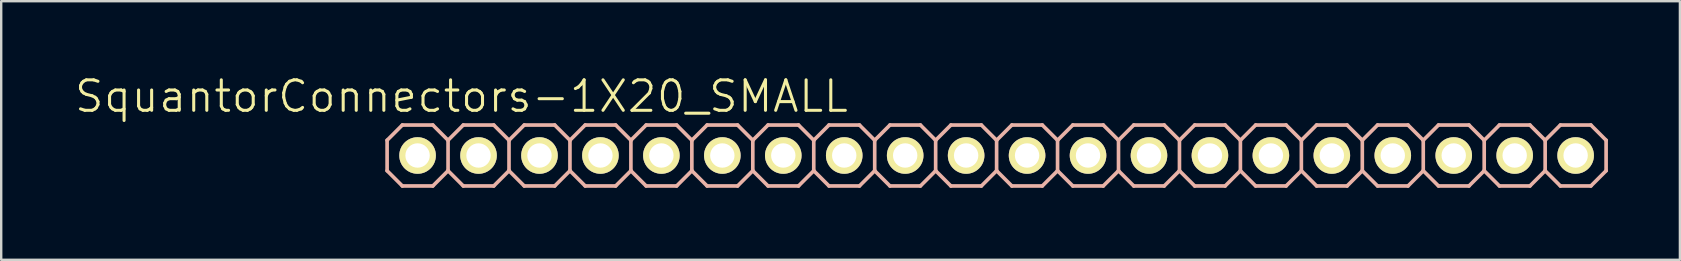
<source format=kicad_pcb>
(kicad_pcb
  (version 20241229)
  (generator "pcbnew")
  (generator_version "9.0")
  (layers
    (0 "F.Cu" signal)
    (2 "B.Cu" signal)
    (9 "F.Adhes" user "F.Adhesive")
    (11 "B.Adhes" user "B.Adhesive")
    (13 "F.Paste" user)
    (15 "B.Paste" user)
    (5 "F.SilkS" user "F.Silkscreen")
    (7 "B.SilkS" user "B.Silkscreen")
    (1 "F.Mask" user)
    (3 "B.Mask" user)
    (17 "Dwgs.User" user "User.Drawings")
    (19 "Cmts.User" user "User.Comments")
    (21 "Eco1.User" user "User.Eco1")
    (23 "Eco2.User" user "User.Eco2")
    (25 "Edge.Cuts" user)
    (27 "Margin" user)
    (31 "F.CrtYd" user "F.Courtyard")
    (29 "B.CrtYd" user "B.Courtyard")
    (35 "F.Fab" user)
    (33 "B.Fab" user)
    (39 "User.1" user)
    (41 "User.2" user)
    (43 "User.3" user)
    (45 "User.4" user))
  (footprint "SquantorConnectors-1X20_SMALL"
    (layer "F.Cu")
    (at 38.482 3.43)
    (property "Reference" "SquantorConnectors-1X20_SMALL" (at -22.301 -2.464 0) (layer "F.SilkS") (effects (font (size 1.27 1.27) (thickness 0.127))))
    (attr exclude_from_pos_files exclude_from_bom)
    (fp_line (start -24.384 -0.254) (end -23.876 -0.254) (stroke (width 0.066) (type solid)) (layer "F.SilkS"))
    (fp_line (start -24.384 0.254) (end -24.384 -0.254) (stroke (width 0.066) (type solid)) (layer "F.SilkS"))
    (fp_line (start -24.384 0.254) (end -23.876 0.254) (stroke (width 0.066) (type solid)) (layer "F.SilkS"))
    (fp_line (start -23.876 0.254) (end -23.876 -0.254) (stroke (width 0.066) (type solid)) (layer "F.SilkS"))
    (fp_line (start -21.844 -0.254) (end -21.336 -0.254) (stroke (width 0.066) (type solid)) (layer "F.SilkS"))
    (fp_line (start -21.844 0.254) (end -21.844 -0.254) (stroke (width 0.066) (type solid)) (layer "F.SilkS"))
    (fp_line (start -21.844 0.254) (end -21.336 0.254) (stroke (width 0.066) (type solid)) (layer "F.SilkS"))
    (fp_line (start -21.336 0.254) (end -21.336 -0.254) (stroke (width 0.066) (type solid)) (layer "F.SilkS"))
    (fp_line (start -19.304 -0.254) (end -18.796 -0.254) (stroke (width 0.066) (type solid)) (layer "F.SilkS"))
    (fp_line (start -19.304 0.254) (end -19.304 -0.254) (stroke (width 0.066) (type solid)) (layer "F.SilkS"))
    (fp_line (start -19.304 0.254) (end -18.796 0.254) (stroke (width 0.066) (type solid)) (layer "F.SilkS"))
    (fp_line (start -18.796 0.254) (end -18.796 -0.254) (stroke (width 0.066) (type solid)) (layer "F.SilkS"))
    (fp_line (start -16.764 -0.254) (end -16.256 -0.254) (stroke (width 0.066) (type solid)) (layer "F.SilkS"))
    (fp_line (start -16.764 0.254) (end -16.764 -0.254) (stroke (width 0.066) (type solid)) (layer "F.SilkS"))
    (fp_line (start -16.764 0.254) (end -16.256 0.254) (stroke (width 0.066) (type solid)) (layer "F.SilkS"))
    (fp_line (start -16.256 0.254) (end -16.256 -0.254) (stroke (width 0.066) (type solid)) (layer "F.SilkS"))
    (fp_line (start -14.224 -0.254) (end -13.716 -0.254) (stroke (width 0.066) (type solid)) (layer "F.SilkS"))
    (fp_line (start -14.224 0.254) (end -14.224 -0.254) (stroke (width 0.066) (type solid)) (layer "F.SilkS"))
    (fp_line (start -14.224 0.254) (end -13.716 0.254) (stroke (width 0.066) (type solid)) (layer "F.SilkS"))
    (fp_line (start -13.716 0.254) (end -13.716 -0.254) (stroke (width 0.066) (type solid)) (layer "F.SilkS"))
    (fp_line (start -11.684 -0.254) (end -11.176 -0.254) (stroke (width 0.066) (type solid)) (layer "F.SilkS"))
    (fp_line (start -11.684 0.254) (end -11.684 -0.254) (stroke (width 0.066) (type solid)) (layer "F.SilkS"))
    (fp_line (start -11.684 0.254) (end -11.176 0.254) (stroke (width 0.066) (type solid)) (layer "F.SilkS"))
    (fp_line (start -11.176 0.254) (end -11.176 -0.254) (stroke (width 0.066) (type solid)) (layer "F.SilkS"))
    (fp_line (start -9.144 -0.254) (end -8.636 -0.254) (stroke (width 0.066) (type solid)) (layer "F.SilkS"))
    (fp_line (start -9.144 0.254) (end -9.144 -0.254) (stroke (width 0.066) (type solid)) (layer "F.SilkS"))
    (fp_line (start -9.144 0.254) (end -8.636 0.254) (stroke (width 0.066) (type solid)) (layer "F.SilkS"))
    (fp_line (start -8.636 0.254) (end -8.636 -0.254) (stroke (width 0.066) (type solid)) (layer "F.SilkS"))
    (fp_line (start -6.604 -0.254) (end -6.096 -0.254) (stroke (width 0.066) (type solid)) (layer "F.SilkS"))
    (fp_line (start -6.604 0.254) (end -6.604 -0.254) (stroke (width 0.066) (type solid)) (layer "F.SilkS"))
    (fp_line (start -6.604 0.254) (end -6.096 0.254) (stroke (width 0.066) (type solid)) (layer "F.SilkS"))
    (fp_line (start -6.096 0.254) (end -6.096 -0.254) (stroke (width 0.066) (type solid)) (layer "F.SilkS"))
    (fp_line (start -4.064 -0.254) (end -3.556 -0.254) (stroke (width 0.066) (type solid)) (layer "F.SilkS"))
    (fp_line (start -4.064 0.254) (end -4.064 -0.254) (stroke (width 0.066) (type solid)) (layer "F.SilkS"))
    (fp_line (start -4.064 0.254) (end -3.556 0.254) (stroke (width 0.066) (type solid)) (layer "F.SilkS"))
    (fp_line (start -3.556 0.254) (end -3.556 -0.254) (stroke (width 0.066) (type solid)) (layer "F.SilkS"))
    (fp_line (start -1.524 -0.254) (end -1.016 -0.254) (stroke (width 0.066) (type solid)) (layer "F.SilkS"))
    (fp_line (start -1.524 0.254) (end -1.524 -0.254) (stroke (width 0.066) (type solid)) (layer "F.SilkS"))
    (fp_line (start -1.524 0.254) (end -1.016 0.254) (stroke (width 0.066) (type solid)) (layer "F.SilkS"))
    (fp_line (start -1.016 0.254) (end -1.016 -0.254) (stroke (width 0.066) (type solid)) (layer "F.SilkS"))
    (fp_line (start 1.016 -0.254) (end 1.524 -0.254) (stroke (width 0.066) (type solid)) (layer "F.SilkS"))
    (fp_line (start 1.016 0.254) (end 1.016 -0.254) (stroke (width 0.066) (type solid)) (layer "F.SilkS"))
    (fp_line (start 1.016 0.254) (end 1.524 0.254) (stroke (width 0.066) (type solid)) (layer "F.SilkS"))
    (fp_line (start 1.524 0.254) (end 1.524 -0.254) (stroke (width 0.066) (type solid)) (layer "F.SilkS"))
    (fp_line (start 3.556 -0.254) (end 4.064 -0.254) (stroke (width 0.066) (type solid)) (layer "F.SilkS"))
    (fp_line (start 3.556 0.254) (end 3.556 -0.254) (stroke (width 0.066) (type solid)) (layer "F.SilkS"))
    (fp_line (start 3.556 0.254) (end 4.064 0.254) (stroke (width 0.066) (type solid)) (layer "F.SilkS"))
    (fp_line (start 4.064 0.254) (end 4.064 -0.254) (stroke (width 0.066) (type solid)) (layer "F.SilkS"))
    (fp_line (start 6.096 -0.254) (end 6.604 -0.254) (stroke (width 0.066) (type solid)) (layer "F.SilkS"))
    (fp_line (start 6.096 0.254) (end 6.096 -0.254) (stroke (width 0.066) (type solid)) (layer "F.SilkS"))
    (fp_line (start 6.096 0.254) (end 6.604 0.254) (stroke (width 0.066) (type solid)) (layer "F.SilkS"))
    (fp_line (start 6.604 0.254) (end 6.604 -0.254) (stroke (width 0.066) (type solid)) (layer "F.SilkS"))
    (fp_line (start 8.636 -0.254) (end 9.144 -0.254) (stroke (width 0.066) (type solid)) (layer "F.SilkS"))
    (fp_line (start 8.636 0.254) (end 8.636 -0.254) (stroke (width 0.066) (type solid)) (layer "F.SilkS"))
    (fp_line (start 8.636 0.254) (end 9.144 0.254) (stroke (width 0.066) (type solid)) (layer "F.SilkS"))
    (fp_line (start 9.144 0.254) (end 9.144 -0.254) (stroke (width 0.066) (type solid)) (layer "F.SilkS"))
    (fp_line (start 11.176 -0.254) (end 11.684 -0.254) (stroke (width 0.066) (type solid)) (layer "F.SilkS"))
    (fp_line (start 11.176 0.254) (end 11.176 -0.254) (stroke (width 0.066) (type solid)) (layer "F.SilkS"))
    (fp_line (start 11.176 0.254) (end 11.684 0.254) (stroke (width 0.066) (type solid)) (layer "F.SilkS"))
    (fp_line (start 11.684 0.254) (end 11.684 -0.254) (stroke (width 0.066) (type solid)) (layer "F.SilkS"))
    (fp_line (start 13.716 -0.254) (end 14.224 -0.254) (stroke (width 0.066) (type solid)) (layer "F.SilkS"))
    (fp_line (start 13.716 0.254) (end 13.716 -0.254) (stroke (width 0.066) (type solid)) (layer "F.SilkS"))
    (fp_line (start 13.716 0.254) (end 14.224 0.254) (stroke (width 0.066) (type solid)) (layer "F.SilkS"))
    (fp_line (start 14.224 0.254) (end 14.224 -0.254) (stroke (width 0.066) (type solid)) (layer "F.SilkS"))
    (fp_line (start 16.256 -0.254) (end 16.764 -0.254) (stroke (width 0.066) (type solid)) (layer "F.SilkS"))
    (fp_line (start 16.256 0.254) (end 16.256 -0.254) (stroke (width 0.066) (type solid)) (layer "F.SilkS"))
    (fp_line (start 16.256 0.254) (end 16.764 0.254) (stroke (width 0.066) (type solid)) (layer "F.SilkS"))
    (fp_line (start 16.764 0.254) (end 16.764 -0.254) (stroke (width 0.066) (type solid)) (layer "F.SilkS"))
    (fp_line (start 18.796 -0.254) (end 19.304 -0.254) (stroke (width 0.066) (type solid)) (layer "F.SilkS"))
    (fp_line (start 18.796 0.254) (end 18.796 -0.254) (stroke (width 0.066) (type solid)) (layer "F.SilkS"))
    (fp_line (start 18.796 0.254) (end 19.304 0.254) (stroke (width 0.066) (type solid)) (layer "F.SilkS"))
    (fp_line (start 19.304 0.254) (end 19.304 -0.254) (stroke (width 0.066) (type solid)) (layer "F.SilkS"))
    (fp_line (start 21.336 -0.254) (end 21.844 -0.254) (stroke (width 0.066) (type solid)) (layer "F.SilkS"))
    (fp_line (start 21.336 0.254) (end 21.336 -0.254) (stroke (width 0.066) (type solid)) (layer "F.SilkS"))
    (fp_line (start 21.336 0.254) (end 21.844 0.254) (stroke (width 0.066) (type solid)) (layer "F.SilkS"))
    (fp_line (start 21.844 0.254) (end 21.844 -0.254) (stroke (width 0.066) (type solid)) (layer "F.SilkS"))
    (fp_line (start 23.876 -0.254) (end 24.384 -0.254) (stroke (width 0.066) (type solid)) (layer "F.SilkS"))
    (fp_line (start 23.876 0.254) (end 23.876 -0.254) (stroke (width 0.066) (type solid)) (layer "F.SilkS"))
    (fp_line (start 23.876 0.254) (end 24.384 0.254) (stroke (width 0.066) (type solid)) (layer "F.SilkS"))
    (fp_line (start 24.384 0.254) (end 24.384 -0.254) (stroke (width 0.066) (type solid)) (layer "F.SilkS"))
    (fp_line (start -25.4 -0.635) (end -25.4 0.635) (stroke (width 0.152) (type solid)) (layer "B.SilkS"))
    (fp_line (start -25.4 0.635) (end -24.765 1.27) (stroke (width 0.152) (type solid)) (layer "B.SilkS"))
    (fp_line (start -24.765 -1.27) (end -25.4 -0.635) (stroke (width 0.152) (type solid)) (layer "B.SilkS"))
    (fp_line (start -24.765 -1.27) (end -23.495 -1.27) (stroke (width 0.152) (type solid)) (layer "B.SilkS"))
    (fp_line (start -23.495 -1.27) (end -22.86 -0.635) (stroke (width 0.152) (type solid)) (layer "B.SilkS"))
    (fp_line (start -23.495 1.27) (end -24.765 1.27) (stroke (width 0.152) (type solid)) (layer "B.SilkS"))
    (fp_line (start -22.86 -0.635) (end -22.86 0.635) (stroke (width 0.152) (type solid)) (layer "B.SilkS"))
    (fp_line (start -22.86 -0.635) (end -22.225 -1.27) (stroke (width 0.152) (type solid)) (layer "B.SilkS"))
    (fp_line (start -22.86 0.635) (end -23.495 1.27) (stroke (width 0.152) (type solid)) (layer "B.SilkS"))
    (fp_line (start -22.225 -1.27) (end -20.955 -1.27) (stroke (width 0.152) (type solid)) (layer "B.SilkS"))
    (fp_line (start -22.225 1.27) (end -22.86 0.635) (stroke (width 0.152) (type solid)) (layer "B.SilkS"))
    (fp_line (start -20.955 -1.27) (end -20.32 -0.635) (stroke (width 0.152) (type solid)) (layer "B.SilkS"))
    (fp_line (start -20.955 1.27) (end -22.225 1.27) (stroke (width 0.152) (type solid)) (layer "B.SilkS"))
    (fp_line (start -20.32 -0.635) (end -20.32 0.635) (stroke (width 0.152) (type solid)) (layer "B.SilkS"))
    (fp_line (start -20.32 -0.635) (end -19.685 -1.27) (stroke (width 0.152) (type solid)) (layer "B.SilkS"))
    (fp_line (start -20.32 0.635) (end -20.955 1.27) (stroke (width 0.152) (type solid)) (layer "B.SilkS"))
    (fp_line (start -19.685 -1.27) (end -18.415 -1.27) (stroke (width 0.152) (type solid)) (layer "B.SilkS"))
    (fp_line (start -19.685 1.27) (end -20.32 0.635) (stroke (width 0.152) (type solid)) (layer "B.SilkS"))
    (fp_line (start -18.415 -1.27) (end -17.78 -0.635) (stroke (width 0.152) (type solid)) (layer "B.SilkS"))
    (fp_line (start -18.415 1.27) (end -19.685 1.27) (stroke (width 0.152) (type solid)) (layer "B.SilkS"))
    (fp_line (start -17.78 -0.635) (end -17.78 0.635) (stroke (width 0.152) (type solid)) (layer "B.SilkS"))
    (fp_line (start -17.78 0.635) (end -18.415 1.27) (stroke (width 0.152) (type solid)) (layer "B.SilkS"))
    (fp_line (start -17.78 0.635) (end -17.145 1.27) (stroke (width 0.152) (type solid)) (layer "B.SilkS"))
    (fp_line (start -17.145 -1.27) (end -17.78 -0.635) (stroke (width 0.152) (type solid)) (layer "B.SilkS"))
    (fp_line (start -17.145 -1.27) (end -15.875 -1.27) (stroke (width 0.152) (type solid)) (layer "B.SilkS"))
    (fp_line (start -15.875 -1.27) (end -15.24 -0.635) (stroke (width 0.152) (type solid)) (layer "B.SilkS"))
    (fp_line (start -15.875 1.27) (end -17.145 1.27) (stroke (width 0.152) (type solid)) (layer "B.SilkS"))
    (fp_line (start -15.24 -0.635) (end -15.24 0.635) (stroke (width 0.152) (type solid)) (layer "B.SilkS"))
    (fp_line (start -15.24 -0.635) (end -14.605 -1.27) (stroke (width 0.152) (type solid)) (layer "B.SilkS"))
    (fp_line (start -15.24 0.635) (end -15.875 1.27) (stroke (width 0.152) (type solid)) (layer "B.SilkS"))
    (fp_line (start -14.605 -1.27) (end -13.335 -1.27) (stroke (width 0.152) (type solid)) (layer "B.SilkS"))
    (fp_line (start -14.605 1.27) (end -15.24 0.635) (stroke (width 0.152) (type solid)) (layer "B.SilkS"))
    (fp_line (start -13.335 -1.27) (end -12.7 -0.635) (stroke (width 0.152) (type solid)) (layer "B.SilkS"))
    (fp_line (start -13.335 1.27) (end -14.605 1.27) (stroke (width 0.152) (type solid)) (layer "B.SilkS"))
    (fp_line (start -12.7 -0.635) (end -12.7 0.635) (stroke (width 0.152) (type solid)) (layer "B.SilkS"))
    (fp_line (start -12.7 -0.635) (end -12.065 -1.27) (stroke (width 0.152) (type solid)) (layer "B.SilkS"))
    (fp_line (start -12.7 0.635) (end -13.335 1.27) (stroke (width 0.152) (type solid)) (layer "B.SilkS"))
    (fp_line (start -12.065 -1.27) (end -10.795 -1.27) (stroke (width 0.152) (type solid)) (layer "B.SilkS"))
    (fp_line (start -12.065 1.27) (end -12.7 0.635) (stroke (width 0.152) (type solid)) (layer "B.SilkS"))
    (fp_line (start -10.795 -1.27) (end -10.16 -0.635) (stroke (width 0.152) (type solid)) (layer "B.SilkS"))
    (fp_line (start -10.795 1.27) (end -12.065 1.27) (stroke (width 0.152) (type solid)) (layer "B.SilkS"))
    (fp_line (start -10.16 -0.635) (end -10.16 0.635) (stroke (width 0.152) (type solid)) (layer "B.SilkS"))
    (fp_line (start -10.16 0.635) (end -10.795 1.27) (stroke (width 0.152) (type solid)) (layer "B.SilkS"))
    (fp_line (start -10.16 0.635) (end -9.525 1.27) (stroke (width 0.152) (type solid)) (layer "B.SilkS"))
    (fp_line (start -9.525 -1.27) (end -10.16 -0.635) (stroke (width 0.152) (type solid)) (layer "B.SilkS"))
    (fp_line (start -9.525 -1.27) (end -8.255 -1.27) (stroke (width 0.152) (type solid)) (layer "B.SilkS"))
    (fp_line (start -8.255 -1.27) (end -7.62 -0.635) (stroke (width 0.152) (type solid)) (layer "B.SilkS"))
    (fp_line (start -8.255 1.27) (end -9.525 1.27) (stroke (width 0.152) (type solid)) (layer "B.SilkS"))
    (fp_line (start -7.62 -0.635) (end -7.62 0.635) (stroke (width 0.152) (type solid)) (layer "B.SilkS"))
    (fp_line (start -7.62 -0.635) (end -6.985 -1.27) (stroke (width 0.152) (type solid)) (layer "B.SilkS"))
    (fp_line (start -7.62 0.635) (end -8.255 1.27) (stroke (width 0.152) (type solid)) (layer "B.SilkS"))
    (fp_line (start -6.985 -1.27) (end -5.715 -1.27) (stroke (width 0.152) (type solid)) (layer "B.SilkS"))
    (fp_line (start -6.985 1.27) (end -7.62 0.635) (stroke (width 0.152) (type solid)) (layer "B.SilkS"))
    (fp_line (start -5.715 -1.27) (end -5.08 -0.635) (stroke (width 0.152) (type solid)) (layer "B.SilkS"))
    (fp_line (start -5.715 1.27) (end -6.985 1.27) (stroke (width 0.152) (type solid)) (layer "B.SilkS"))
    (fp_line (start -5.08 -0.635) (end -5.08 0.635) (stroke (width 0.152) (type solid)) (layer "B.SilkS"))
    (fp_line (start -5.08 -0.635) (end -4.445 -1.27) (stroke (width 0.152) (type solid)) (layer "B.SilkS"))
    (fp_line (start -5.08 0.635) (end -5.715 1.27) (stroke (width 0.152) (type solid)) (layer "B.SilkS"))
    (fp_line (start -4.445 -1.27) (end -3.175 -1.27) (stroke (width 0.152) (type solid)) (layer "B.SilkS"))
    (fp_line (start -4.445 1.27) (end -5.08 0.635) (stroke (width 0.152) (type solid)) (layer "B.SilkS"))
    (fp_line (start -3.175 -1.27) (end -2.54 -0.635) (stroke (width 0.152) (type solid)) (layer "B.SilkS"))
    (fp_line (start -3.175 1.27) (end -4.445 1.27) (stroke (width 0.152) (type solid)) (layer "B.SilkS"))
    (fp_line (start -2.54 -0.635) (end -2.54 0.635) (stroke (width 0.152) (type solid)) (layer "B.SilkS"))
    (fp_line (start -2.54 0.635) (end -3.175 1.27) (stroke (width 0.152) (type solid)) (layer "B.SilkS"))
    (fp_line (start -2.54 0.635) (end -1.905 1.27) (stroke (width 0.152) (type solid)) (layer "B.SilkS"))
    (fp_line (start -1.905 -1.27) (end -2.54 -0.635) (stroke (width 0.152) (type solid)) (layer "B.SilkS"))
    (fp_line (start -1.905 -1.27) (end -0.635 -1.27) (stroke (width 0.152) (type solid)) (layer "B.SilkS"))
    (fp_line (start -0.635 -1.27) (end 0 -0.635) (stroke (width 0.152) (type solid)) (layer "B.SilkS"))
    (fp_line (start -0.635 1.27) (end -1.905 1.27) (stroke (width 0.152) (type solid)) (layer "B.SilkS"))
    (fp_line (start 0 -0.635) (end 0 0.635) (stroke (width 0.152) (type solid)) (layer "B.SilkS"))
    (fp_line (start 0 -0.635) (end 0.635 -1.27) (stroke (width 0.152) (type solid)) (layer "B.SilkS"))
    (fp_line (start 0 0.635) (end -0.635 1.27) (stroke (width 0.152) (type solid)) (layer "B.SilkS"))
    (fp_line (start 0.635 -1.27) (end 1.905 -1.27) (stroke (width 0.152) (type solid)) (layer "B.SilkS"))
    (fp_line (start 0.635 1.27) (end 0 0.635) (stroke (width 0.152) (type solid)) (layer "B.SilkS"))
    (fp_line (start 1.905 -1.27) (end 2.54 -0.635) (stroke (width 0.152) (type solid)) (layer "B.SilkS"))
    (fp_line (start 1.905 1.27) (end 0.635 1.27) (stroke (width 0.152) (type solid)) (layer "B.SilkS"))
    (fp_line (start 2.54 -0.635) (end 2.54 0.635) (stroke (width 0.152) (type solid)) (layer "B.SilkS"))
    (fp_line (start 2.54 -0.635) (end 3.175 -1.27) (stroke (width 0.152) (type solid)) (layer "B.SilkS"))
    (fp_line (start 2.54 0.635) (end 1.905 1.27) (stroke (width 0.152) (type solid)) (layer "B.SilkS"))
    (fp_line (start 3.175 -1.27) (end 4.445 -1.27) (stroke (width 0.152) (type solid)) (layer "B.SilkS"))
    (fp_line (start 3.175 1.27) (end 2.54 0.635) (stroke (width 0.152) (type solid)) (layer "B.SilkS"))
    (fp_line (start 4.445 -1.27) (end 5.08 -0.635) (stroke (width 0.152) (type solid)) (layer "B.SilkS"))
    (fp_line (start 4.445 1.27) (end 3.175 1.27) (stroke (width 0.152) (type solid)) (layer "B.SilkS"))
    (fp_line (start 5.08 -0.635) (end 5.08 0.635) (stroke (width 0.152) (type solid)) (layer "B.SilkS"))
    (fp_line (start 5.08 0.635) (end 4.445 1.27) (stroke (width 0.152) (type solid)) (layer "B.SilkS"))
    (fp_line (start 5.08 0.635) (end 5.715 1.27) (stroke (width 0.152) (type solid)) (layer "B.SilkS"))
    (fp_line (start 5.715 -1.27) (end 5.08 -0.635) (stroke (width 0.152) (type solid)) (layer "B.SilkS"))
    (fp_line (start 5.715 -1.27) (end 6.985 -1.27) (stroke (width 0.152) (type solid)) (layer "B.SilkS"))
    (fp_line (start 6.985 -1.27) (end 7.62 -0.635) (stroke (width 0.152) (type solid)) (layer "B.SilkS"))
    (fp_line (start 6.985 1.27) (end 5.715 1.27) (stroke (width 0.152) (type solid)) (layer "B.SilkS"))
    (fp_line (start 7.62 -0.635) (end 7.62 0.635) (stroke (width 0.152) (type solid)) (layer "B.SilkS"))
    (fp_line (start 7.62 -0.635) (end 8.255 -1.27) (stroke (width 0.152) (type solid)) (layer "B.SilkS"))
    (fp_line (start 7.62 0.635) (end 6.985 1.27) (stroke (width 0.152) (type solid)) (layer "B.SilkS"))
    (fp_line (start 8.255 -1.27) (end 9.525 -1.27) (stroke (width 0.152) (type solid)) (layer "B.SilkS"))
    (fp_line (start 8.255 1.27) (end 7.62 0.635) (stroke (width 0.152) (type solid)) (layer "B.SilkS"))
    (fp_line (start 9.525 -1.27) (end 10.16 -0.635) (stroke (width 0.152) (type solid)) (layer "B.SilkS"))
    (fp_line (start 9.525 1.27) (end 8.255 1.27) (stroke (width 0.152) (type solid)) (layer "B.SilkS"))
    (fp_line (start 10.16 -0.635) (end 10.16 0.635) (stroke (width 0.152) (type solid)) (layer "B.SilkS"))
    (fp_line (start 10.16 -0.635) (end 10.795 -1.27) (stroke (width 0.152) (type solid)) (layer "B.SilkS"))
    (fp_line (start 10.16 0.635) (end 9.525 1.27) (stroke (width 0.152) (type solid)) (layer "B.SilkS"))
    (fp_line (start 10.795 -1.27) (end 12.065 -1.27) (stroke (width 0.152) (type solid)) (layer "B.SilkS"))
    (fp_line (start 10.795 1.27) (end 10.16 0.635) (stroke (width 0.152) (type solid)) (layer "B.SilkS"))
    (fp_line (start 12.065 -1.27) (end 12.7 -0.635) (stroke (width 0.152) (type solid)) (layer "B.SilkS"))
    (fp_line (start 12.065 1.27) (end 10.795 1.27) (stroke (width 0.152) (type solid)) (layer "B.SilkS"))
    (fp_line (start 12.7 -0.635) (end 12.7 0.635) (stroke (width 0.152) (type solid)) (layer "B.SilkS"))
    (fp_line (start 12.7 0.635) (end 12.065 1.27) (stroke (width 0.152) (type solid)) (layer "B.SilkS"))
    (fp_line (start 12.7 0.635) (end 13.335 1.27) (stroke (width 0.152) (type solid)) (layer "B.SilkS"))
    (fp_line (start 13.335 -1.27) (end 12.7 -0.635) (stroke (width 0.152) (type solid)) (layer "B.SilkS"))
    (fp_line (start 13.335 -1.27) (end 14.605 -1.27) (stroke (width 0.152) (type solid)) (layer "B.SilkS"))
    (fp_line (start 14.605 -1.27) (end 15.24 -0.635) (stroke (width 0.152) (type solid)) (layer "B.SilkS"))
    (fp_line (start 14.605 1.27) (end 13.335 1.27) (stroke (width 0.152) (type solid)) (layer "B.SilkS"))
    (fp_line (start 15.24 -0.635) (end 15.24 0.635) (stroke (width 0.152) (type solid)) (layer "B.SilkS"))
    (fp_line (start 15.24 -0.635) (end 15.875 -1.27) (stroke (width 0.152) (type solid)) (layer "B.SilkS"))
    (fp_line (start 15.24 0.635) (end 14.605 1.27) (stroke (width 0.152) (type solid)) (layer "B.SilkS"))
    (fp_line (start 15.875 -1.27) (end 17.145 -1.27) (stroke (width 0.152) (type solid)) (layer "B.SilkS"))
    (fp_line (start 15.875 1.27) (end 15.24 0.635) (stroke (width 0.152) (type solid)) (layer "B.SilkS"))
    (fp_line (start 17.145 -1.27) (end 17.78 -0.635) (stroke (width 0.152) (type solid)) (layer "B.SilkS"))
    (fp_line (start 17.145 1.27) (end 15.875 1.27) (stroke (width 0.152) (type solid)) (layer "B.SilkS"))
    (fp_line (start 17.78 -0.635) (end 17.78 0.635) (stroke (width 0.152) (type solid)) (layer "B.SilkS"))
    (fp_line (start 17.78 -0.635) (end 18.415 -1.27) (stroke (width 0.152) (type solid)) (layer "B.SilkS"))
    (fp_line (start 17.78 0.635) (end 17.145 1.27) (stroke (width 0.152) (type solid)) (layer "B.SilkS"))
    (fp_line (start 18.415 -1.27) (end 19.685 -1.27) (stroke (width 0.152) (type solid)) (layer "B.SilkS"))
    (fp_line (start 18.415 1.27) (end 17.78 0.635) (stroke (width 0.152) (type solid)) (layer "B.SilkS"))
    (fp_line (start 19.685 -1.27) (end 20.32 -0.635) (stroke (width 0.152) (type solid)) (layer "B.SilkS"))
    (fp_line (start 19.685 1.27) (end 18.415 1.27) (stroke (width 0.152) (type solid)) (layer "B.SilkS"))
    (fp_line (start 20.32 -0.635) (end 20.32 0.635) (stroke (width 0.152) (type solid)) (layer "B.SilkS"))
    (fp_line (start 20.32 0.635) (end 19.685 1.27) (stroke (width 0.152) (type solid)) (layer "B.SilkS"))
    (fp_line (start 20.32 0.635) (end 20.955 1.27) (stroke (width 0.152) (type solid)) (layer "B.SilkS"))
    (fp_line (start 20.955 -1.27) (end 20.32 -0.635) (stroke (width 0.152) (type solid)) (layer "B.SilkS"))
    (fp_line (start 20.955 -1.27) (end 22.225 -1.27) (stroke (width 0.152) (type solid)) (layer "B.SilkS"))
    (fp_line (start 22.225 -1.27) (end 22.86 -0.635) (stroke (width 0.152) (type solid)) (layer "B.SilkS"))
    (fp_line (start 22.225 1.27) (end 20.955 1.27) (stroke (width 0.152) (type solid)) (layer "B.SilkS"))
    (fp_line (start 22.86 -0.635) (end 22.86 0.635) (stroke (width 0.152) (type solid)) (layer "B.SilkS"))
    (fp_line (start 22.86 0.635) (end 22.225 1.27) (stroke (width 0.152) (type solid)) (layer "B.SilkS"))
    (fp_line (start 22.86 0.635) (end 23.495 1.27) (stroke (width 0.152) (type solid)) (layer "B.SilkS"))
    (fp_line (start 23.495 -1.27) (end 22.86 -0.635) (stroke (width 0.152) (type solid)) (layer "B.SilkS"))
    (fp_line (start 23.495 -1.27) (end 24.765 -1.27) (stroke (width 0.152) (type solid)) (layer "B.SilkS"))
    (fp_line (start 24.765 -1.27) (end 25.4 -0.635) (stroke (width 0.152) (type solid)) (layer "B.SilkS"))
    (fp_line (start 24.765 1.27) (end 23.495 1.27) (stroke (width 0.152) (type solid)) (layer "B.SilkS"))
    (fp_line (start 25.4 -0.635) (end 25.4 0.635) (stroke (width 0.152) (type solid)) (layer "B.SilkS"))
    (fp_line (start 25.4 0.635) (end 24.765 1.27) (stroke (width 0.152) (type solid)) (layer "B.SilkS"))
    (pad "1" thru_hole circle (at -24.13 0) (size 1.524 1.524) (drill 1.016) (layers "*.Cu" "F.Mask" "F.SilkS" "F.Paste"))
    (pad "2" thru_hole circle (at -21.59 0) (size 1.524 1.524) (drill 1.016) (layers "*.Cu" "F.Mask" "F.SilkS" "F.Paste"))
    (pad "3" thru_hole circle (at -19.05 0) (size 1.524 1.524) (drill 1.016) (layers "*.Cu" "F.Mask" "F.SilkS" "F.Paste"))
    (pad "4" thru_hole circle (at -16.51 0) (size 1.524 1.524) (drill 1.016) (layers "*.Cu" "F.Mask" "F.SilkS" "F.Paste"))
    (pad "5" thru_hole circle (at -13.97 0) (size 1.524 1.524) (drill 1.016) (layers "*.Cu" "F.Mask" "F.SilkS" "F.Paste"))
    (pad "6" thru_hole circle (at -11.43 0) (size 1.524 1.524) (drill 1.016) (layers "*.Cu" "F.Mask" "F.SilkS" "F.Paste"))
    (pad "7" thru_hole circle (at -8.89 0) (size 1.524 1.524) (drill 1.016) (layers "*.Cu" "F.Mask" "F.SilkS" "F.Paste"))
    (pad "8" thru_hole circle (at -6.35 0) (size 1.524 1.524) (drill 1.016) (layers "*.Cu" "F.Mask" "F.SilkS" "F.Paste"))
    (pad "9" thru_hole circle (at -3.81 0) (size 1.524 1.524) (drill 1.016) (layers "*.Cu" "F.Mask" "F.SilkS" "F.Paste"))
    (pad "10" thru_hole circle (at -1.27 0) (size 1.524 1.524) (drill 1.016) (layers "*.Cu" "F.Mask" "F.SilkS" "F.Paste"))
    (pad "11" thru_hole circle (at 1.27 0) (size 1.524 1.524) (drill 1.016) (layers "*.Cu" "F.Mask" "F.SilkS" "F.Paste"))
    (pad "12" thru_hole circle (at 3.81 0) (size 1.524 1.524) (drill 1.016) (layers "*.Cu" "F.Mask" "F.SilkS" "F.Paste"))
    (pad "13" thru_hole circle (at 6.35 0) (size 1.524 1.524) (drill 1.016) (layers "*.Cu" "F.Mask" "F.SilkS" "F.Paste"))
    (pad "14" thru_hole circle (at 8.89 0) (size 1.524 1.524) (drill 1.016) (layers "*.Cu" "F.Mask" "F.SilkS" "F.Paste"))
    (pad "15" thru_hole circle (at 11.43 0) (size 1.524 1.524) (drill 1.016) (layers "*.Cu" "F.Mask" "F.SilkS" "F.Paste"))
    (pad "16" thru_hole circle (at 13.97 0) (size 1.524 1.524) (drill 1.016) (layers "*.Cu" "F.Mask" "F.SilkS" "F.Paste"))
    (pad "17" thru_hole circle (at 16.51 0) (size 1.524 1.524) (drill 1.016) (layers "*.Cu" "F.Mask" "F.SilkS" "F.Paste"))
    (pad "18" thru_hole circle (at 19.05 0) (size 1.524 1.524) (drill 1.016) (layers "*.Cu" "F.Mask" "F.SilkS" "F.Paste"))
    (pad "19" thru_hole circle (at 21.59 0) (size 1.524 1.524) (drill 1.016) (layers "*.Cu" "F.Mask" "F.SilkS" "F.Paste"))
    (pad "20" thru_hole circle (at 24.13 0) (size 1.524 1.524) (drill 1.016) (layers "*.Cu" "F.Mask" "F.SilkS" "F.Paste")))
  (gr_rect
    (start -3 -3)
    (end 66.958 7.776)
    (stroke (width 0.1) (type default))
    (fill no)
    (layer "Edge.Cuts")))
</source>
